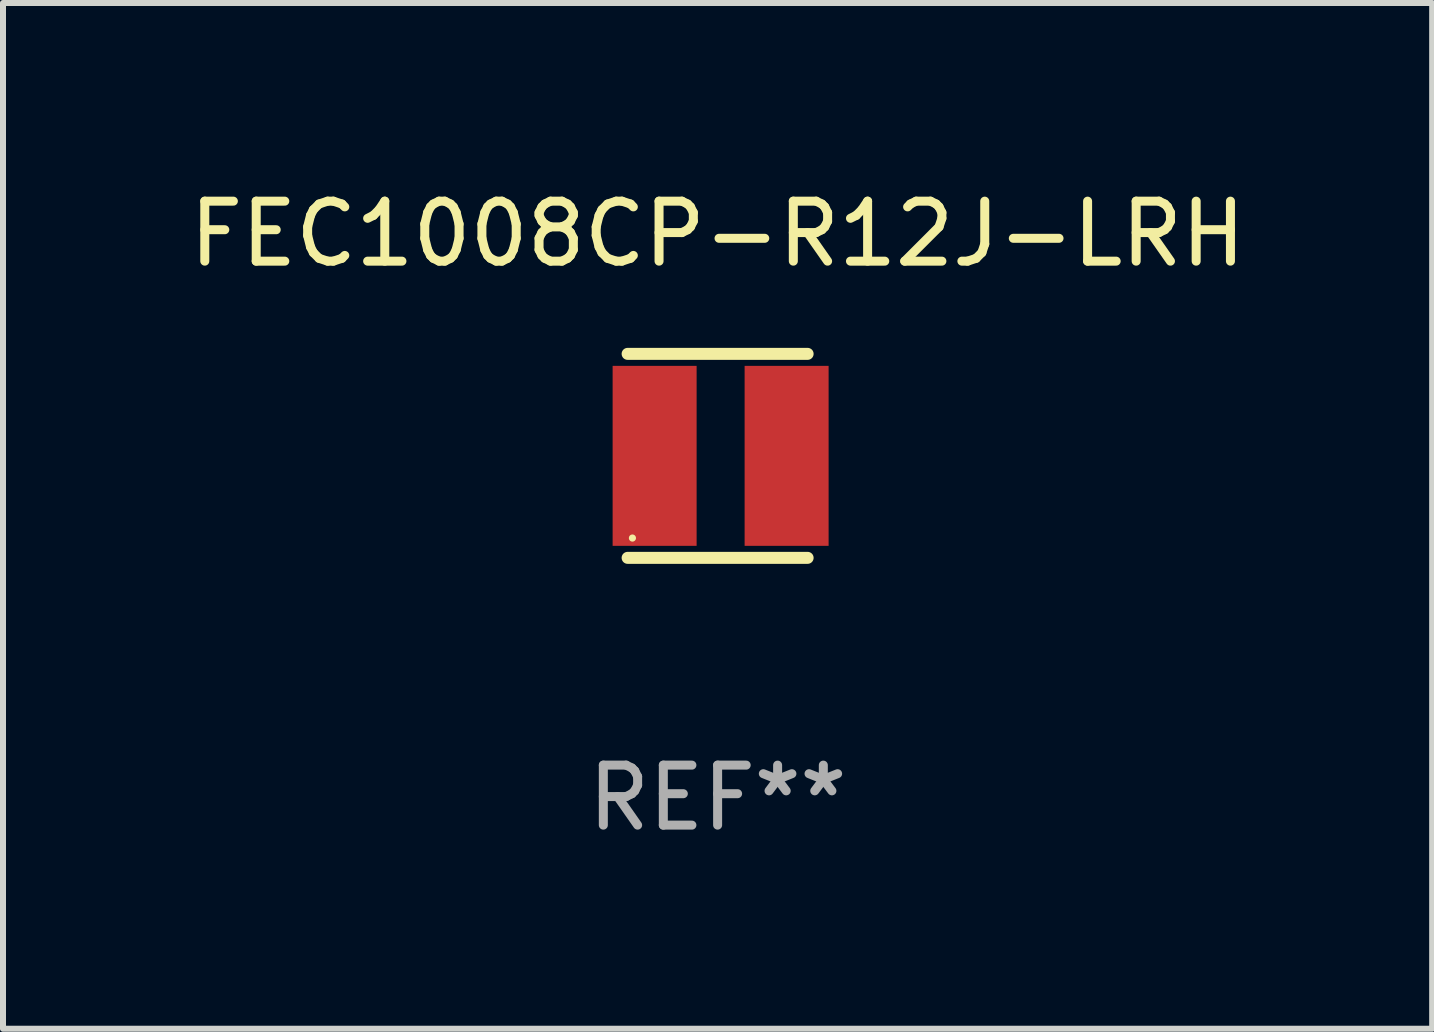
<source format=kicad_pcb>
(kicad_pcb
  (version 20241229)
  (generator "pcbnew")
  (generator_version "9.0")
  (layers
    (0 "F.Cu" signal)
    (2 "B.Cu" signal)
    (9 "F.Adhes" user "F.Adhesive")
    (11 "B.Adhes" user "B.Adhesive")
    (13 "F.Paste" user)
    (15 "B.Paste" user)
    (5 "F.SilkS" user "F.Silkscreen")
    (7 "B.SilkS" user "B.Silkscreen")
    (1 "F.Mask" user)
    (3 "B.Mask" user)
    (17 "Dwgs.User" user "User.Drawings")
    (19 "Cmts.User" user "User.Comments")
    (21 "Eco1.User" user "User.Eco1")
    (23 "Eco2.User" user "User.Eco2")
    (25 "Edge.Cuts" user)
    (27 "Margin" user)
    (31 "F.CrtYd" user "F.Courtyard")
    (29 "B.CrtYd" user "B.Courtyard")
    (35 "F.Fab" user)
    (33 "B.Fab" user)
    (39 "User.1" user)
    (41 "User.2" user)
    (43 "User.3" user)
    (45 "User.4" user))
  (footprint "FEC1008CP-R12J-LRH"
    (layer "F.Cu")
    (at 8.911 4.548)
    (property "Reference" "FEC1008CP-R12J-LRH" (at 0 -3.7 0) (layer "F.SilkS") (effects (font (size 1 1) (thickness 0.15))))
    (attr through_hole)
    (fp_line (start -1.5 -1.7) (end 1.5 -1.7) (stroke (width 0.2) (type solid)) (layer "F.SilkS"))
    (fp_line (start -1.5 1.7) (end 1.5 1.7) (stroke (width 0.2) (type solid)) (layer "F.SilkS"))
    (fp_circle (center -1.42 1.37) (end -1.39 1.37) (stroke (width 0.06) (type solid)) (fill no) (layer "F.SilkS"))
    (fp_text user "REF**" (at 0 5.7 0) (layer "F.Fab") (effects (font (size 1 1) (thickness 0.15))))
    (pad "1" smd rect (at -1.05 0) (size 1.4 3) (layers "F.Cu" "F.Mask" "F.Paste"))
    (pad "2" smd rect (at 1.15 0) (size 1.4 3) (layers "F.Cu" "F.Mask" "F.Paste")))
  (gr_rect
    (start -3 -3)
    (end 20.821 14.097)
    (stroke (width 0.1) (type default))
    (fill no)
    (layer "Edge.Cuts")))
</source>
